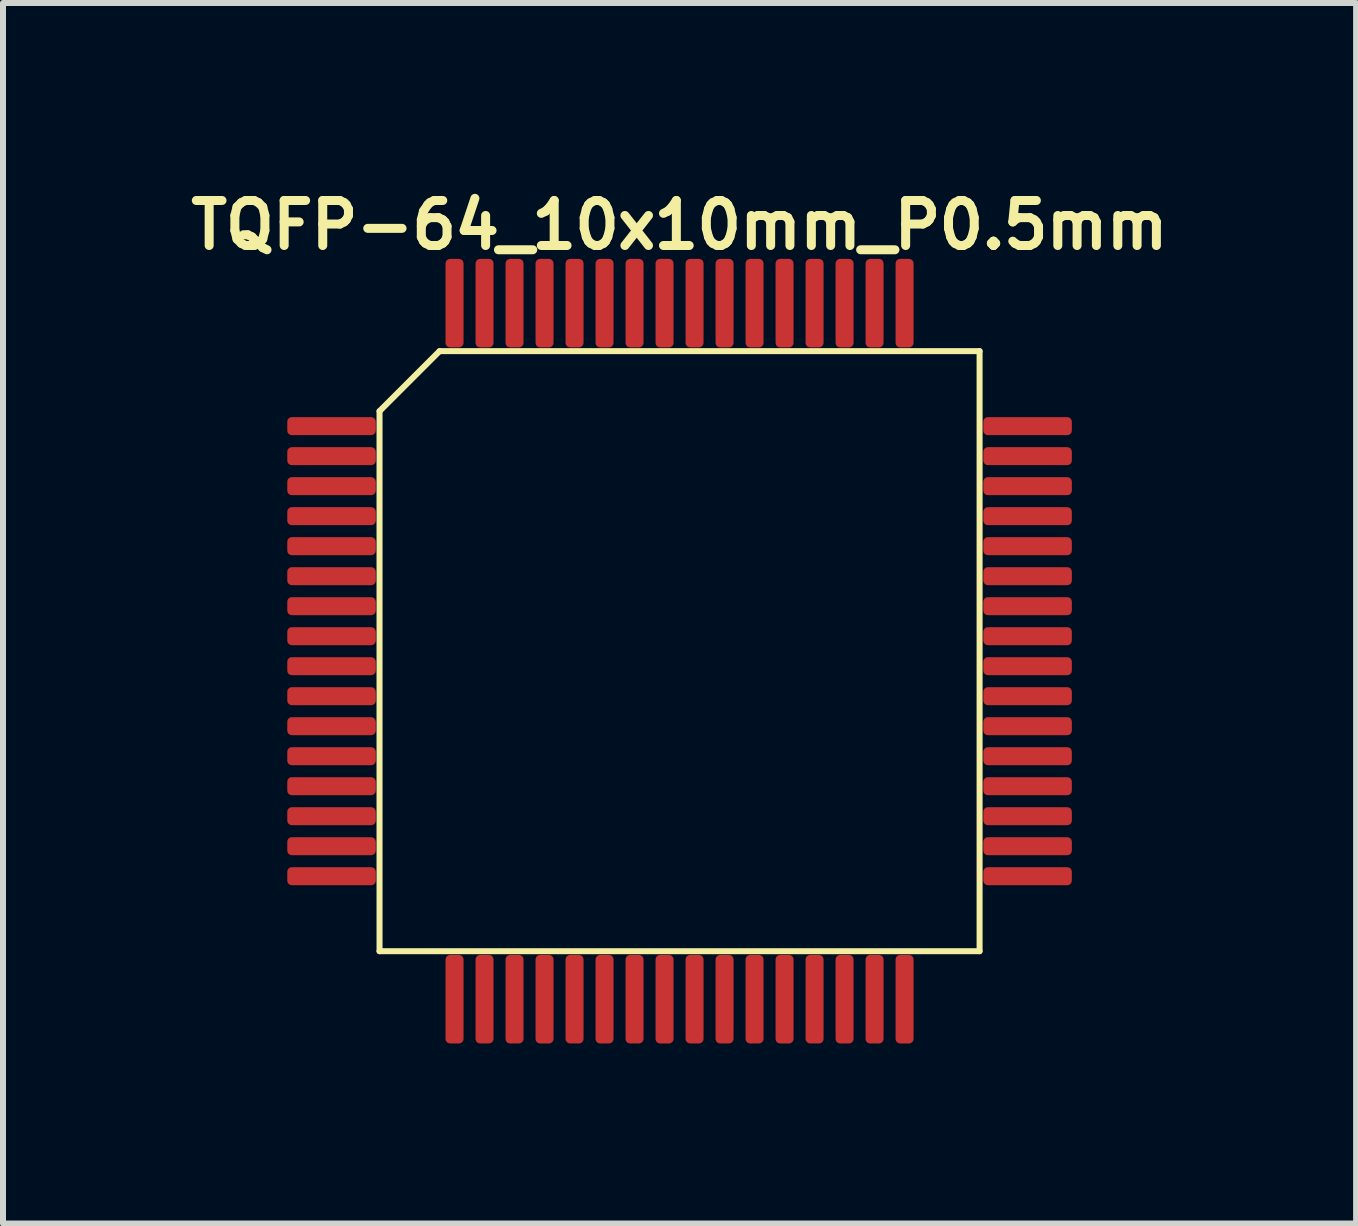
<source format=kicad_pcb>
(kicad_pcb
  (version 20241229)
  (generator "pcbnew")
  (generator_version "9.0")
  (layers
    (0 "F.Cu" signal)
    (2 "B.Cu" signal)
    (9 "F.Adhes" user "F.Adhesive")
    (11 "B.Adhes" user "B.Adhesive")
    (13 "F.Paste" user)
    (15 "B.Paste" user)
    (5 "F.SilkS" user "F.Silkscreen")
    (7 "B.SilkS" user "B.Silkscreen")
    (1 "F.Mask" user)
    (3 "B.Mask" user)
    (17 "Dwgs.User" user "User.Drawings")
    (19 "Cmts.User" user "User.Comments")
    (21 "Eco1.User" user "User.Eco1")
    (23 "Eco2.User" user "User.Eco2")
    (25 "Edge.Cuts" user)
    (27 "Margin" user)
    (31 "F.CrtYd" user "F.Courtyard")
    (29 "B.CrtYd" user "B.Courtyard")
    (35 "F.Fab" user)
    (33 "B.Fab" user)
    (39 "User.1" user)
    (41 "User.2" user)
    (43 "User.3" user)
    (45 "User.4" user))
  (footprint "TQFP-64_10x10mm_P0.5mm"
    (layer "F.Cu")
    (at 8.275 7.802)
    (property "Reference" "TQFP-64_10x10mm_P0.5mm" (at 0 -7.1 180) (layer "F.SilkS") (effects (font (size 0.75 0.75) (thickness 0.15))))
    (attr smd)
    (fp_line (start -5 -4) (end -4 -5) (stroke (width 0.1) (type solid)) (layer "F.SilkS"))
    (fp_line (start -5 5) (end -5 -4) (stroke (width 0.1) (type solid)) (layer "F.SilkS"))
    (fp_line (start -4 -5) (end 5 -5) (stroke (width 0.1) (type solid)) (layer "F.SilkS"))
    (fp_line (start 5 -5) (end 5 5) (stroke (width 0.1) (type solid)) (layer "F.SilkS"))
    (fp_line (start 5 5) (end -5 5) (stroke (width 0.1) (type solid)) (layer "F.SilkS"))
    (pad "1" smd roundrect (at -5.8 -3.75) (size 1.475 0.3) (layers "F.Cu" "F.Mask" "F.Paste") (roundrect_rratio 0.25))
    (pad "2" smd roundrect (at -5.8 -3.25) (size 1.475 0.3) (layers "F.Cu" "F.Mask" "F.Paste") (roundrect_rratio 0.25))
    (pad "3" smd roundrect (at -5.8 -2.75) (size 1.475 0.3) (layers "F.Cu" "F.Mask" "F.Paste") (roundrect_rratio 0.25))
    (pad "4" smd roundrect (at -5.8 -2.25) (size 1.475 0.3) (layers "F.Cu" "F.Mask" "F.Paste") (roundrect_rratio 0.25))
    (pad "5" smd roundrect (at -5.8 -1.75) (size 1.475 0.3) (layers "F.Cu" "F.Mask" "F.Paste") (roundrect_rratio 0.25))
    (pad "6" smd roundrect (at -5.8 -1.25) (size 1.475 0.3) (layers "F.Cu" "F.Mask" "F.Paste") (roundrect_rratio 0.25))
    (pad "7" smd roundrect (at -5.8 -0.75) (size 1.475 0.3) (layers "F.Cu" "F.Mask" "F.Paste") (roundrect_rratio 0.25))
    (pad "8" smd roundrect (at -5.8 -0.25) (size 1.475 0.3) (layers "F.Cu" "F.Mask" "F.Paste") (roundrect_rratio 0.25))
    (pad "9" smd roundrect (at -5.8 0.25) (size 1.475 0.3) (layers "F.Cu" "F.Mask" "F.Paste") (roundrect_rratio 0.25))
    (pad "10" smd roundrect (at -5.8 0.75) (size 1.475 0.3) (layers "F.Cu" "F.Mask" "F.Paste") (roundrect_rratio 0.25))
    (pad "11" smd roundrect (at -5.8 1.25) (size 1.475 0.3) (layers "F.Cu" "F.Mask" "F.Paste") (roundrect_rratio 0.25))
    (pad "12" smd roundrect (at -5.8 1.75) (size 1.475 0.3) (layers "F.Cu" "F.Mask" "F.Paste") (roundrect_rratio 0.25))
    (pad "13" smd roundrect (at -5.8 2.25) (size 1.475 0.3) (layers "F.Cu" "F.Mask" "F.Paste") (roundrect_rratio 0.25))
    (pad "14" smd roundrect (at -5.8 2.75) (size 1.475 0.3) (layers "F.Cu" "F.Mask" "F.Paste") (roundrect_rratio 0.25))
    (pad "15" smd roundrect (at -5.8 3.25) (size 1.475 0.3) (layers "F.Cu" "F.Mask" "F.Paste") (roundrect_rratio 0.25))
    (pad "16" smd roundrect (at -5.8 3.75) (size 1.475 0.3) (layers "F.Cu" "F.Mask" "F.Paste") (roundrect_rratio 0.25))
    (pad "17" smd roundrect (at -3.75 5.8) (size 0.3 1.475) (layers "F.Cu" "F.Mask" "F.Paste") (roundrect_rratio 0.25))
    (pad "18" smd roundrect (at -3.25 5.8) (size 0.3 1.475) (layers "F.Cu" "F.Mask" "F.Paste") (roundrect_rratio 0.25))
    (pad "19" smd roundrect (at -2.75 5.8) (size 0.3 1.475) (layers "F.Cu" "F.Mask" "F.Paste") (roundrect_rratio 0.25))
    (pad "20" smd roundrect (at -2.25 5.8) (size 0.3 1.475) (layers "F.Cu" "F.Mask" "F.Paste") (roundrect_rratio 0.25))
    (pad "21" smd roundrect (at -1.75 5.8) (size 0.3 1.475) (layers "F.Cu" "F.Mask" "F.Paste") (roundrect_rratio 0.25))
    (pad "22" smd roundrect (at -1.25 5.8) (size 0.3 1.475) (layers "F.Cu" "F.Mask" "F.Paste") (roundrect_rratio 0.25))
    (pad "23" smd roundrect (at -0.75 5.8) (size 0.3 1.475) (layers "F.Cu" "F.Mask" "F.Paste") (roundrect_rratio 0.25))
    (pad "24" smd roundrect (at -0.25 5.8) (size 0.3 1.475) (layers "F.Cu" "F.Mask" "F.Paste") (roundrect_rratio 0.25))
    (pad "25" smd roundrect (at 0.25 5.8) (size 0.3 1.475) (layers "F.Cu" "F.Mask" "F.Paste") (roundrect_rratio 0.25))
    (pad "26" smd roundrect (at 0.75 5.8) (size 0.3 1.475) (layers "F.Cu" "F.Mask" "F.Paste") (roundrect_rratio 0.25))
    (pad "27" smd roundrect (at 1.25 5.8) (size 0.3 1.475) (layers "F.Cu" "F.Mask" "F.Paste") (roundrect_rratio 0.25))
    (pad "28" smd roundrect (at 1.75 5.8) (size 0.3 1.475) (layers "F.Cu" "F.Mask" "F.Paste") (roundrect_rratio 0.25))
    (pad "29" smd roundrect (at 2.25 5.8) (size 0.3 1.475) (layers "F.Cu" "F.Mask" "F.Paste") (roundrect_rratio 0.25))
    (pad "30" smd roundrect (at 2.75 5.8) (size 0.3 1.475) (layers "F.Cu" "F.Mask" "F.Paste") (roundrect_rratio 0.25))
    (pad "31" smd roundrect (at 3.25 5.8) (size 0.3 1.475) (layers "F.Cu" "F.Mask" "F.Paste") (roundrect_rratio 0.25))
    (pad "32" smd roundrect (at 3.75 5.8) (size 0.3 1.475) (layers "F.Cu" "F.Mask" "F.Paste") (roundrect_rratio 0.25))
    (pad "33" smd roundrect (at 5.8 3.75) (size 1.475 0.3) (layers "F.Cu" "F.Mask" "F.Paste") (roundrect_rratio 0.25))
    (pad "34" smd roundrect (at 5.8 3.25) (size 1.475 0.3) (layers "F.Cu" "F.Mask" "F.Paste") (roundrect_rratio 0.25))
    (pad "35" smd roundrect (at 5.8 2.75) (size 1.475 0.3) (layers "F.Cu" "F.Mask" "F.Paste") (roundrect_rratio 0.25))
    (pad "36" smd roundrect (at 5.8 2.25) (size 1.475 0.3) (layers "F.Cu" "F.Mask" "F.Paste") (roundrect_rratio 0.25))
    (pad "37" smd roundrect (at 5.8 1.75) (size 1.475 0.3) (layers "F.Cu" "F.Mask" "F.Paste") (roundrect_rratio 0.25))
    (pad "38" smd roundrect (at 5.8 1.25) (size 1.475 0.3) (layers "F.Cu" "F.Mask" "F.Paste") (roundrect_rratio 0.25))
    (pad "39" smd roundrect (at 5.8 0.75) (size 1.475 0.3) (layers "F.Cu" "F.Mask" "F.Paste") (roundrect_rratio 0.25))
    (pad "40" smd roundrect (at 5.8 0.25) (size 1.475 0.3) (layers "F.Cu" "F.Mask" "F.Paste") (roundrect_rratio 0.25))
    (pad "41" smd roundrect (at 5.8 -0.25) (size 1.475 0.3) (layers "F.Cu" "F.Mask" "F.Paste") (roundrect_rratio 0.25))
    (pad "42" smd roundrect (at 5.8 -0.75) (size 1.475 0.3) (layers "F.Cu" "F.Mask" "F.Paste") (roundrect_rratio 0.25))
    (pad "43" smd roundrect (at 5.8 -1.25) (size 1.475 0.3) (layers "F.Cu" "F.Mask" "F.Paste") (roundrect_rratio 0.25))
    (pad "44" smd roundrect (at 5.8 -1.75) (size 1.475 0.3) (layers "F.Cu" "F.Mask" "F.Paste") (roundrect_rratio 0.25))
    (pad "45" smd roundrect (at 5.8 -2.25) (size 1.475 0.3) (layers "F.Cu" "F.Mask" "F.Paste") (roundrect_rratio 0.25))
    (pad "46" smd roundrect (at 5.8 -2.75) (size 1.475 0.3) (layers "F.Cu" "F.Mask" "F.Paste") (roundrect_rratio 0.25))
    (pad "47" smd roundrect (at 5.8 -3.25) (size 1.475 0.3) (layers "F.Cu" "F.Mask" "F.Paste") (roundrect_rratio 0.25))
    (pad "48" smd roundrect (at 5.8 -3.75) (size 1.475 0.3) (layers "F.Cu" "F.Mask" "F.Paste") (roundrect_rratio 0.25))
    (pad "49" smd roundrect (at 3.75 -5.8) (size 0.3 1.475) (layers "F.Cu" "F.Mask" "F.Paste") (roundrect_rratio 0.25))
    (pad "50" smd roundrect (at 3.25 -5.8) (size 0.3 1.475) (layers "F.Cu" "F.Mask" "F.Paste") (roundrect_rratio 0.25))
    (pad "51" smd roundrect (at 2.75 -5.8) (size 0.3 1.475) (layers "F.Cu" "F.Mask" "F.Paste") (roundrect_rratio 0.25))
    (pad "52" smd roundrect (at 2.25 -5.8) (size 0.3 1.475) (layers "F.Cu" "F.Mask" "F.Paste") (roundrect_rratio 0.25))
    (pad "53" smd roundrect (at 1.75 -5.8) (size 0.3 1.475) (layers "F.Cu" "F.Mask" "F.Paste") (roundrect_rratio 0.25))
    (pad "54" smd roundrect (at 1.25 -5.8) (size 0.3 1.475) (layers "F.Cu" "F.Mask" "F.Paste") (roundrect_rratio 0.25))
    (pad "55" smd roundrect (at 0.75 -5.8) (size 0.3 1.475) (layers "F.Cu" "F.Mask" "F.Paste") (roundrect_rratio 0.25))
    (pad "56" smd roundrect (at 0.25 -5.8) (size 0.3 1.475) (layers "F.Cu" "F.Mask" "F.Paste") (roundrect_rratio 0.25))
    (pad "57" smd roundrect (at -0.25 -5.8) (size 0.3 1.475) (layers "F.Cu" "F.Mask" "F.Paste") (roundrect_rratio 0.25))
    (pad "58" smd roundrect (at -0.75 -5.8) (size 0.3 1.475) (layers "F.Cu" "F.Mask" "F.Paste") (roundrect_rratio 0.25))
    (pad "59" smd roundrect (at -1.25 -5.8) (size 0.3 1.475) (layers "F.Cu" "F.Mask" "F.Paste") (roundrect_rratio 0.25))
    (pad "60" smd roundrect (at -1.75 -5.8) (size 0.3 1.475) (layers "F.Cu" "F.Mask" "F.Paste") (roundrect_rratio 0.25))
    (pad "61" smd roundrect (at -2.25 -5.8) (size 0.3 1.475) (layers "F.Cu" "F.Mask" "F.Paste") (roundrect_rratio 0.25))
    (pad "62" smd roundrect (at -2.75 -5.8) (size 0.3 1.475) (layers "F.Cu" "F.Mask" "F.Paste") (roundrect_rratio 0.25))
    (pad "63" smd roundrect (at -3.25 -5.8) (size 0.3 1.475) (layers "F.Cu" "F.Mask" "F.Paste") (roundrect_rratio 0.25))
    (pad "64" smd roundrect (at -3.75 -5.8) (size 0.3 1.475) (layers "F.Cu" "F.Mask" "F.Paste") (roundrect_rratio 0.25)))
  (gr_rect
    (start -3 -3)
    (end 19.55 17.34)
    (stroke (width 0.1) (type default))
    (fill no)
    (layer "Edge.Cuts")))
</source>
